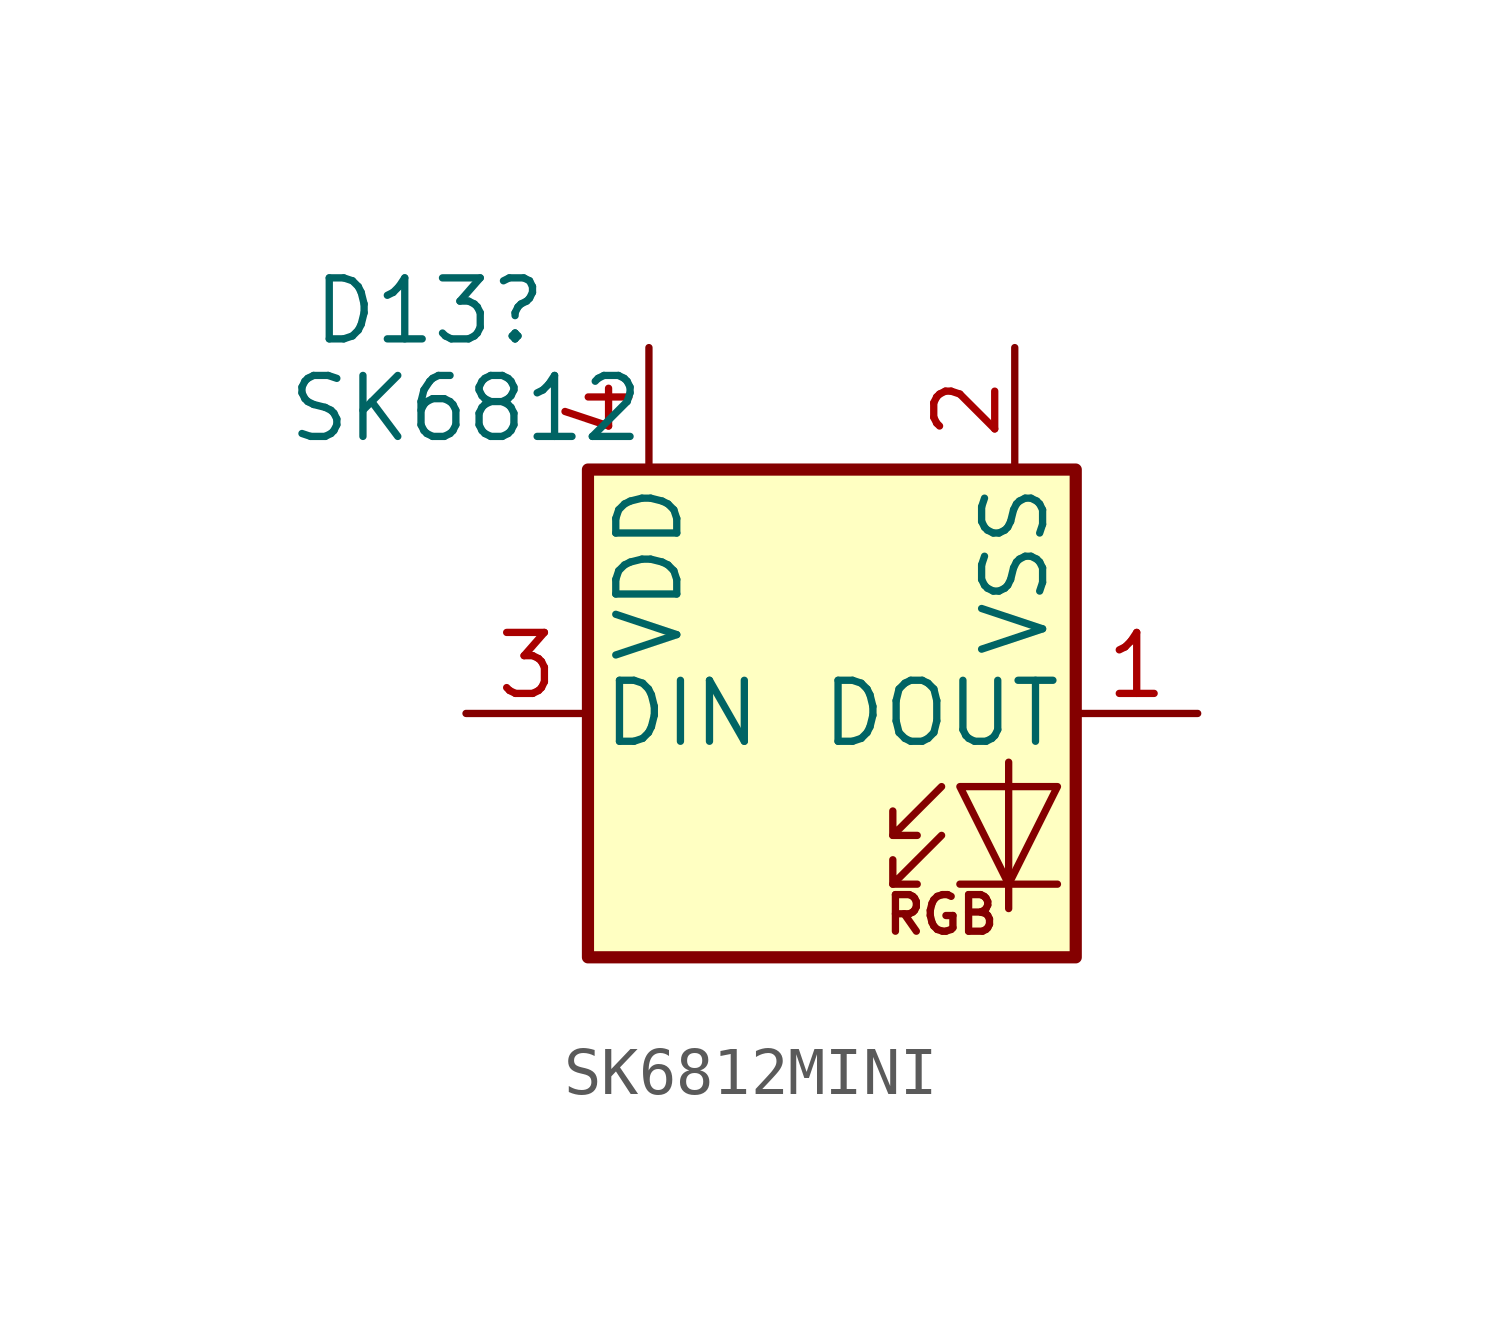
<source format=kicad_sym>
(kicad_symbol_lib
  (version 20231120)
  (generator "kicad_symbol_editor")
  (generator_version "8.0")
  (symbol "SK6812MINI"
    (pin_names
      (offset 0.254))
    (property "Reference" "D13"
      (at -8.382 8.382 0)
      (effects (font (size 1.27 1.27))))
    (property "Value" "SK6812"
      (at -7.62 6.35 0)
      (effects (font (size 1.27 1.27))))
    (symbol "SK6812MINI_0_0"
      (text "RGB" (at 2.286 -4.191 0) (effects (font (size 0.762 0.762)))))
    (symbol "SK6812MINI_0_1"
      (polyline (pts (xy 1.27 -3.556) (xy 1.778 -3.556)) (stroke (width 0) (type default)) (fill (type none)))
      (polyline (pts (xy 1.27 -2.54) (xy 1.778 -2.54)) (stroke (width 0) (type default)) (fill (type none)))
      (polyline (pts (xy 4.699 -3.556) (xy 2.667 -3.556)) (stroke (width 0) (type default)) (fill (type none)))
      (polyline (pts (xy 2.286 -2.54) (xy 1.27 -3.556) (xy 1.27 -3.048)) (stroke (width 0) (type default)) (fill (type none)))
      (polyline (pts (xy 2.286 -1.524) (xy 1.27 -2.54) (xy 1.27 -2.032)) (stroke (width 0) (type default)) (fill (type none)))
      (polyline (pts (xy 3.683 -1.016) (xy 3.683 -3.556) (xy 3.683 -4.064)) (stroke (width 0) (type default)) (fill (type none)))
      (polyline (pts (xy 4.699 -1.524) (xy 2.667 -1.524) (xy 3.683 -3.556) (xy 4.699 -1.524)) (stroke (width 0) (type default)) (fill (type none)))
      (rectangle (start 5.08 5.08) (end -5.08 -5.08) (stroke (width 0.254) (type default)) (fill (type background))))
    (symbol "SK6812MINI_1_1"
      (pin output line (at 7.62 0 180) (length 2.54) (name "DOUT" (effects (font (size 1.27 1.27)))) (number "1" (effects (font (size 1.27 1.27)))))
      (pin power_in line (at 3.81 7.62 270) (length 2.54) (name "VSS" (effects (font (size 1.27 1.27)))) (number "2" (effects (font (size 1.27 1.27)))))
      (pin input line (at -7.62 0 0) (length 2.54) (name "DIN" (effects (font (size 1.27 1.27)))) (number "3" (effects (font (size 1.27 1.27)))))
      (pin power_in line (at -3.81 7.62 270) (length 2.54) (name "VDD" (effects (font (size 1.27 1.27)))) (number "4" (effects (font (size 1.27 1.27))))))))
</source>
